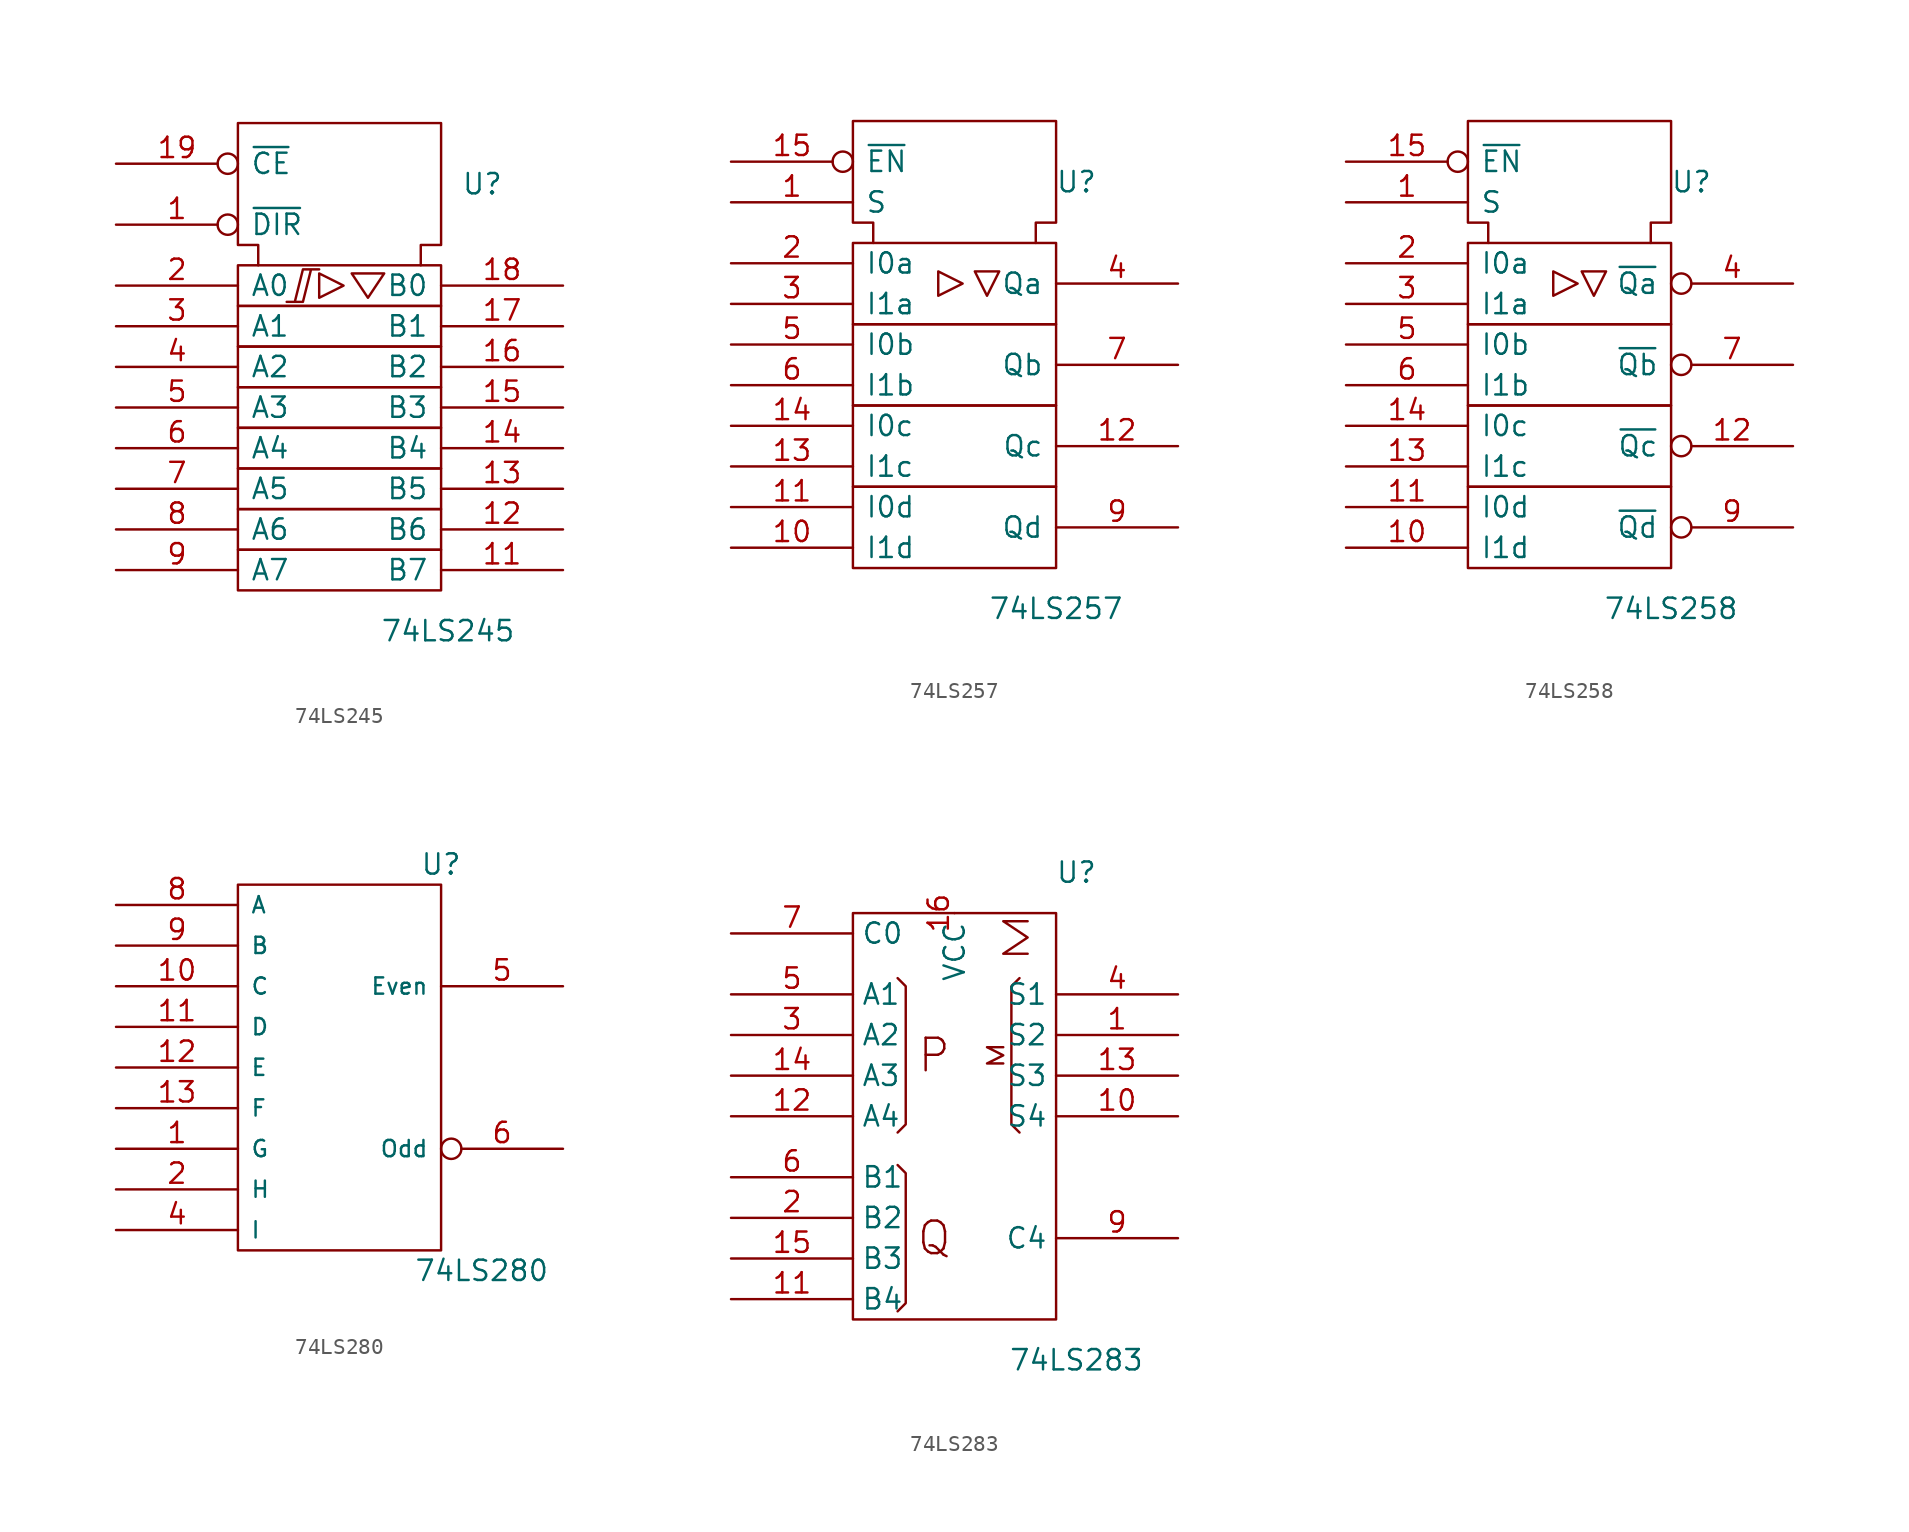
<source format=kicad_sym>
(kicad_symbol_lib
  (version 20211014)
  (generator kicad_symbol_editor)
  (symbol "74LS245"
    (pin_names
      (offset 0.762))
    (property "Reference" "U"
      (at 7.62 12.7 0)
      (effects (font (size 1.27 1.27)) (justify left)))
    (property "Value" "74LS245"
      (at 2.54 -15.24 0)
      (effects (font (size 1.27 1.27)) (justify left)))
    (symbol "74LS245_0_0"
      (polyline (pts (xy -1.27 7.112) (xy -1.27 5.588) (xy 0.254 6.35) (xy -1.27 7.112) (xy -1.27 7.112)) (stroke (width 0) (type default) (color 0 0 0 0)) (fill (type none)))
      (polyline (pts (xy 0.762 7.112) (xy 2.794 7.112) (xy 1.778 5.588) (xy 0.762 7.112) (xy 0.762 7.112)) (stroke (width 0) (type default) (color 0 0 0 0)) (fill (type none)))
      (polyline (pts (xy -3.302 5.334) (xy -2.286 5.334) (xy -1.778 7.366) (xy -1.27 7.366) (xy -2.286 7.366) (xy -2.794 5.334) (xy -2.794 5.334)) (stroke (width 0) (type default) (color 0 0 0 0)) (fill (type none)))
      (pin power_in line (at 1.27 16.51 270) (length 0) hide (name "GND" (effects (font (size 1.27 1.27)))) (number "10" (effects (font (size 1.27 1.27)))))
      (pin power_in line (at 5.08 16.51 270) (length 0) hide (name "VCC" (effects (font (size 1.27 1.27)))) (number "20" (effects (font (size 1.27 1.27))))))
    (symbol "74LS245_0_1"
      (rectangle (start -6.35 -10.16) (end 6.35 -12.7) (stroke (width 0) (type default) (color 0 0 0 0)) (fill (type none)))
      (rectangle (start -6.35 -7.62) (end 6.35 -10.16) (stroke (width 0) (type default) (color 0 0 0 0)) (fill (type none)))
      (rectangle (start -6.35 -5.08) (end 6.35 -7.62) (stroke (width 0) (type default) (color 0 0 0 0)) (fill (type none)))
      (rectangle (start -6.35 -2.54) (end 6.35 -5.08) (stroke (width 0) (type default) (color 0 0 0 0)) (fill (type none)))
      (rectangle (start -6.35 0) (end 6.35 -2.54) (stroke (width 0) (type default) (color 0 0 0 0)) (fill (type none)))
      (rectangle (start -6.35 2.54) (end 6.35 0) (stroke (width 0) (type default) (color 0 0 0 0)) (fill (type none)))
      (rectangle (start -6.35 5.08) (end 6.35 2.54) (stroke (width 0) (type default) (color 0 0 0 0)) (fill (type none)))
      (rectangle (start -6.35 7.62) (end 6.35 5.08) (stroke (width 0) (type default) (color 0 0 0 0)) (fill (type none)))
      (polyline (pts (xy -5.08 7.62) (xy -5.08 8.89) (xy -6.35 8.89) (xy -6.35 16.51) (xy 6.35 16.51) (xy 6.35 8.89) (xy 5.08 8.89) (xy 5.08 7.62) (xy 5.08 7.62)) (stroke (width 0) (type default) (color 0 0 0 0)) (fill (type none))))
    (symbol "74LS245_1_1"
      (pin input inverted (at -13.97 10.16 0) (length 7.62) (name "~{DIR}" (effects (font (size 1.27 1.27)))) (number "1" (effects (font (size 1.27 1.27)))))
      (pin tri_state line (at 13.97 -11.43 180) (length 7.62) (name "B7" (effects (font (size 1.27 1.27)))) (number "11" (effects (font (size 1.27 1.27)))))
      (pin tri_state line (at 13.97 -8.89 180) (length 7.62) (name "B6" (effects (font (size 1.27 1.27)))) (number "12" (effects (font (size 1.27 1.27)))))
      (pin tri_state line (at 13.97 -6.35 180) (length 7.62) (name "B5" (effects (font (size 1.27 1.27)))) (number "13" (effects (font (size 1.27 1.27)))))
      (pin tri_state line (at 13.97 -3.81 180) (length 7.62) (name "B4" (effects (font (size 1.27 1.27)))) (number "14" (effects (font (size 1.27 1.27)))))
      (pin tri_state line (at 13.97 -1.27 180) (length 7.62) (name "B3" (effects (font (size 1.27 1.27)))) (number "15" (effects (font (size 1.27 1.27)))))
      (pin tri_state line (at 13.97 1.27 180) (length 7.62) (name "B2" (effects (font (size 1.27 1.27)))) (number "16" (effects (font (size 1.27 1.27)))))
      (pin tri_state line (at 13.97 3.81 180) (length 7.62) (name "B1" (effects (font (size 1.27 1.27)))) (number "17" (effects (font (size 1.27 1.27)))))
      (pin tri_state line (at 13.97 6.35 180) (length 7.62) (name "B0" (effects (font (size 1.27 1.27)))) (number "18" (effects (font (size 1.27 1.27)))))
      (pin input inverted (at -13.97 13.97 0) (length 7.62) (name "~{CE}" (effects (font (size 1.27 1.27)))) (number "19" (effects (font (size 1.27 1.27)))))
      (pin tri_state line (at -13.97 6.35 0) (length 7.62) (name "A0" (effects (font (size 1.27 1.27)))) (number "2" (effects (font (size 1.27 1.27)))))
      (pin tri_state line (at -13.97 3.81 0) (length 7.62) (name "A1" (effects (font (size 1.27 1.27)))) (number "3" (effects (font (size 1.27 1.27)))))
      (pin tri_state line (at -13.97 1.27 0) (length 7.62) (name "A2" (effects (font (size 1.27 1.27)))) (number "4" (effects (font (size 1.27 1.27)))))
      (pin tri_state line (at -13.97 -1.27 0) (length 7.62) (name "A3" (effects (font (size 1.27 1.27)))) (number "5" (effects (font (size 1.27 1.27)))))
      (pin tri_state line (at -13.97 -3.81 0) (length 7.62) (name "A4" (effects (font (size 1.27 1.27)))) (number "6" (effects (font (size 1.27 1.27)))))
      (pin tri_state line (at -13.97 -6.35 0) (length 7.62) (name "A5" (effects (font (size 1.27 1.27)))) (number "7" (effects (font (size 1.27 1.27)))))
      (pin tri_state line (at -13.97 -8.89 0) (length 7.62) (name "A6" (effects (font (size 1.27 1.27)))) (number "8" (effects (font (size 1.27 1.27)))))
      (pin tri_state line (at -13.97 -11.43 0) (length 7.62) (name "A7" (effects (font (size 1.27 1.27)))) (number "9" (effects (font (size 1.27 1.27)))))))
  (symbol "74LS257"
    (pin_names
      (offset 0.762))
    (property "Reference" "U"
      (at 7.62 10.16 0)
      (effects (font (size 1.27 1.27))))
    (property "Value" "74LS257"
      (at 6.35 -16.51 0)
      (effects (font (size 1.27 1.27))))
    (symbol "74LS257_0_0"
      (rectangle (start -6.35 -8.89) (end 6.35 -13.97) (stroke (width 0) (type default) (color 0 0 0 0)) (fill (type none)))
      (rectangle (start -6.35 -3.81) (end 6.35 -8.89) (stroke (width 0) (type default) (color 0 0 0 0)) (fill (type none)))
      (rectangle (start -6.35 1.27) (end 6.35 -3.81) (stroke (width 0) (type default) (color 0 0 0 0)) (fill (type none)))
      (rectangle (start -6.35 6.35) (end 6.35 1.27) (stroke (width 0) (type default) (color 0 0 0 0)) (fill (type none)))
      (polyline (pts (xy -1.016 4.572) (xy -1.016 3.048) (xy 0.508 3.81) (xy -1.016 4.572) (xy -1.016 4.572)) (stroke (width 0) (type default) (color 0 0 0 0)) (fill (type none)))
      (polyline (pts (xy 2.794 4.572) (xy 1.27 4.572) (xy 2.032 3.048) (xy 2.794 4.572) (xy 2.794 4.572)) (stroke (width 0) (type default) (color 0 0 0 0)) (fill (type none)))
      (polyline (pts (xy -5.08 6.35) (xy -5.08 7.62) (xy -6.35 7.62) (xy -6.35 13.97) (xy 6.35 13.97) (xy 6.35 7.62) (xy 5.08 7.62) (xy 5.08 6.35) (xy 5.08 6.35)) (stroke (width 0) (type default) (color 0 0 0 0)) (fill (type none)))
      (pin power_in line (at 3.81 13.97 270) (length 0) hide (name "VCC" (effects (font (size 1.27 1.27)))) (number "16" (effects (font (size 1.27 1.27)))))
      (pin power_in line (at 0 13.97 270) (length 0) hide (name "GND" (effects (font (size 1.27 1.27)))) (number "8" (effects (font (size 1.27 1.27))))))
    (symbol "74LS257_1_1"
      (pin input line (at -13.97 8.89 0) (length 7.62) (name "S" (effects (font (size 1.27 1.27)))) (number "1" (effects (font (size 1.27 1.27)))))
      (pin input line (at -13.97 -12.7 0) (length 7.62) (name "I1d" (effects (font (size 1.27 1.27)))) (number "10" (effects (font (size 1.27 1.27)))))
      (pin input line (at -13.97 -10.16 0) (length 7.62) (name "I0d" (effects (font (size 1.27 1.27)))) (number "11" (effects (font (size 1.27 1.27)))))
      (pin tri_state line (at 13.97 -6.35 180) (length 7.62) (name "Qc" (effects (font (size 1.27 1.27)))) (number "12" (effects (font (size 1.27 1.27)))))
      (pin input line (at -13.97 -7.62 0) (length 7.62) (name "I1c" (effects (font (size 1.27 1.27)))) (number "13" (effects (font (size 1.27 1.27)))))
      (pin input line (at -13.97 -5.08 0) (length 7.62) (name "I0c" (effects (font (size 1.27 1.27)))) (number "14" (effects (font (size 1.27 1.27)))))
      (pin input inverted (at -13.97 11.43 0) (length 7.62) (name "~{EN}" (effects (font (size 1.27 1.27)))) (number "15" (effects (font (size 1.27 1.27)))))
      (pin input line (at -13.97 5.08 0) (length 7.62) (name "I0a" (effects (font (size 1.27 1.27)))) (number "2" (effects (font (size 1.27 1.27)))))
      (pin input line (at -13.97 2.54 0) (length 7.62) (name "I1a" (effects (font (size 1.27 1.27)))) (number "3" (effects (font (size 1.27 1.27)))))
      (pin tri_state line (at 13.97 3.81 180) (length 7.62) (name "Qa" (effects (font (size 1.27 1.27)))) (number "4" (effects (font (size 1.27 1.27)))))
      (pin input line (at -13.97 0 0) (length 7.62) (name "I0b" (effects (font (size 1.27 1.27)))) (number "5" (effects (font (size 1.27 1.27)))))
      (pin input line (at -13.97 -2.54 0) (length 7.62) (name "I1b" (effects (font (size 1.27 1.27)))) (number "6" (effects (font (size 1.27 1.27)))))
      (pin tri_state line (at 13.97 -1.27 180) (length 7.62) (name "Qb" (effects (font (size 1.27 1.27)))) (number "7" (effects (font (size 1.27 1.27)))))
      (pin tri_state line (at 13.97 -11.43 180) (length 7.62) (name "Qd" (effects (font (size 1.27 1.27)))) (number "9" (effects (font (size 1.27 1.27)))))))
  (symbol "74LS258"
    (pin_names
      (offset 0.762))
    (property "Reference" "U"
      (at 7.62 10.16 0)
      (effects (font (size 1.27 1.27))))
    (property "Value" "74LS258"
      (at 6.35 -16.51 0)
      (effects (font (size 1.27 1.27))))
    (symbol "74LS258_0_0"
      (rectangle (start -6.35 -8.89) (end 6.35 -13.97) (stroke (width 0) (type default) (color 0 0 0 0)) (fill (type none)))
      (rectangle (start -6.35 -3.81) (end 6.35 -8.89) (stroke (width 0) (type default) (color 0 0 0 0)) (fill (type none)))
      (rectangle (start -6.35 1.27) (end 6.35 -3.81) (stroke (width 0) (type default) (color 0 0 0 0)) (fill (type none)))
      (rectangle (start -6.35 6.35) (end 6.35 1.27) (stroke (width 0) (type default) (color 0 0 0 0)) (fill (type none)))
      (polyline (pts (xy -1.016 4.572) (xy -1.016 3.048) (xy 0.508 3.81) (xy -1.016 4.572) (xy -1.016 4.572)) (stroke (width 0) (type default) (color 0 0 0 0)) (fill (type none)))
      (polyline (pts (xy 2.286 4.572) (xy 0.762 4.572) (xy 1.524 3.048) (xy 2.286 4.572) (xy 2.286 4.572)) (stroke (width 0) (type default) (color 0 0 0 0)) (fill (type none)))
      (polyline (pts (xy -5.08 6.35) (xy -5.08 7.62) (xy -6.35 7.62) (xy -6.35 13.97) (xy 6.35 13.97) (xy 6.35 7.62) (xy 5.08 7.62) (xy 5.08 6.35) (xy 5.08 6.35)) (stroke (width 0) (type default) (color 0 0 0 0)) (fill (type none)))
      (pin power_in line (at 3.81 13.97 270) (length 0) hide (name "VCC" (effects (font (size 1.27 1.27)))) (number "16" (effects (font (size 1.27 1.27)))))
      (pin power_in line (at 0 13.97 270) (length 0) hide (name "GND" (effects (font (size 1.27 1.27)))) (number "8" (effects (font (size 1.27 1.27))))))
    (symbol "74LS258_1_1"
      (pin input line (at -13.97 8.89 0) (length 7.62) (name "S" (effects (font (size 1.27 1.27)))) (number "1" (effects (font (size 1.27 1.27)))))
      (pin input line (at -13.97 -12.7 0) (length 7.62) (name "I1d" (effects (font (size 1.27 1.27)))) (number "10" (effects (font (size 1.27 1.27)))))
      (pin input line (at -13.97 -10.16 0) (length 7.62) (name "I0d" (effects (font (size 1.27 1.27)))) (number "11" (effects (font (size 1.27 1.27)))))
      (pin tri_state inverted (at 13.97 -6.35 180) (length 7.62) (name "~{Qc}" (effects (font (size 1.27 1.27)))) (number "12" (effects (font (size 1.27 1.27)))))
      (pin input line (at -13.97 -7.62 0) (length 7.62) (name "I1c" (effects (font (size 1.27 1.27)))) (number "13" (effects (font (size 1.27 1.27)))))
      (pin input line (at -13.97 -5.08 0) (length 7.62) (name "I0c" (effects (font (size 1.27 1.27)))) (number "14" (effects (font (size 1.27 1.27)))))
      (pin input inverted (at -13.97 11.43 0) (length 7.62) (name "~{EN}" (effects (font (size 1.27 1.27)))) (number "15" (effects (font (size 1.27 1.27)))))
      (pin input line (at -13.97 5.08 0) (length 7.62) (name "I0a" (effects (font (size 1.27 1.27)))) (number "2" (effects (font (size 1.27 1.27)))))
      (pin input line (at -13.97 2.54 0) (length 7.62) (name "I1a" (effects (font (size 1.27 1.27)))) (number "3" (effects (font (size 1.27 1.27)))))
      (pin tri_state inverted (at 13.97 3.81 180) (length 7.62) (name "~{Qa}" (effects (font (size 1.27 1.27)))) (number "4" (effects (font (size 1.27 1.27)))))
      (pin input line (at -13.97 0 0) (length 7.62) (name "I0b" (effects (font (size 1.27 1.27)))) (number "5" (effects (font (size 1.27 1.27)))))
      (pin input line (at -13.97 -2.54 0) (length 7.62) (name "I1b" (effects (font (size 1.27 1.27)))) (number "6" (effects (font (size 1.27 1.27)))))
      (pin tri_state inverted (at 13.97 -1.27 180) (length 7.62) (name "~{Qb}" (effects (font (size 1.27 1.27)))) (number "7" (effects (font (size 1.27 1.27)))))
      (pin tri_state inverted (at 13.97 -11.43 180) (length 7.62) (name "~{Qd}" (effects (font (size 1.27 1.27)))) (number "9" (effects (font (size 1.27 1.27)))))))
  (symbol "74LS280"
    (pin_names
      (offset 0.762))
    (property "Reference" "U"
      (at 6.35 12.7 0)
      (effects (font (size 1.27 1.27))))
    (property "Value" "74LS280"
      (at 8.89 -12.7 0)
      (effects (font (size 1.27 1.27))))
    (symbol "74LS280_0_0"
      (rectangle (start -6.35 11.43) (end 6.35 -11.43) (stroke (width 0) (type default) (color 0 0 0 0)) (fill (type none)))
      (pin power_in line (at 0 11.43 270) (length 0) hide (name "VCC" (effects (font (size 1.016 1.016)))) (number "14" (effects (font (size 1.27 1.27)))))
      (pin power_in line (at 0 -11.43 90) (length 0) hide (name "GND" (effects (font (size 1.016 1.016)))) (number "7" (effects (font (size 1.27 1.27))))))
    (symbol "74LS280_1_1"
      (pin input line (at -13.97 -5.08 0) (length 7.62) (name "G" (effects (font (size 1.016 1.016)))) (number "1" (effects (font (size 1.27 1.27)))))
      (pin input line (at -13.97 5.08 0) (length 7.62) (name "C" (effects (font (size 1.016 1.016)))) (number "10" (effects (font (size 1.27 1.27)))))
      (pin input line (at -13.97 2.54 0) (length 7.62) (name "D" (effects (font (size 1.016 1.016)))) (number "11" (effects (font (size 1.27 1.27)))))
      (pin input line (at -13.97 0 0) (length 7.62) (name "E" (effects (font (size 1.016 1.016)))) (number "12" (effects (font (size 1.27 1.27)))))
      (pin input line (at -13.97 -2.54 0) (length 7.62) (name "F" (effects (font (size 1.016 1.016)))) (number "13" (effects (font (size 1.27 1.27)))))
      (pin input line (at -13.97 -7.62 0) (length 7.62) (name "H" (effects (font (size 1.016 1.016)))) (number "2" (effects (font (size 1.27 1.27)))))
      (pin input line (at -13.97 -10.16 0) (length 7.62) (name "I" (effects (font (size 1.016 1.016)))) (number "4" (effects (font (size 1.27 1.27)))))
      (pin output line (at 13.97 5.08 180) (length 7.62) (name "Even" (effects (font (size 1.016 1.016)))) (number "5" (effects (font (size 1.27 1.27)))))
      (pin output inverted (at 13.97 -5.08 180) (length 7.62) (name "Odd" (effects (font (size 1.016 1.016)))) (number "6" (effects (font (size 1.27 1.27)))))
      (pin input line (at -13.97 10.16 0) (length 7.62) (name "A" (effects (font (size 1.016 1.016)))) (number "8" (effects (font (size 1.27 1.27)))))
      (pin input line (at -13.97 7.62 0) (length 7.62) (name "B" (effects (font (size 1.016 1.016)))) (number "9" (effects (font (size 1.27 1.27)))))))
  (symbol "74LS283"
    (property "Reference" "U"
      (at 7.62 15.24 0)
      (effects (font (size 1.27 1.27))))
    (property "Value" "74LS283"
      (at 7.62 -15.24 0)
      (effects (font (size 1.27 1.27))))
    (symbol "74LS283_0_0"
      (rectangle (start -6.35 12.7) (end 6.35 -12.7) (stroke (width 0) (type default) (color 0 0 0 0)) (fill (type none)))
      (polyline (pts (xy -3.556 -3.048) (xy -3.048 -3.556) (xy -3.048 -11.684) (xy -3.556 -12.192) (xy -3.556 -12.192)) (stroke (width 0) (type default) (color 0 0 0 0)) (fill (type none)))
      (polyline (pts (xy -3.556 8.636) (xy -3.048 8.128) (xy -3.048 -0.508) (xy -3.556 -1.016) (xy -3.556 -1.016)) (stroke (width 0) (type default) (color 0 0 0 0)) (fill (type none)))
      (polyline (pts (xy 4.064 8.636) (xy 3.556 8.128) (xy 3.556 -0.508) (xy 4.064 -1.016) (xy 4.064 -1.016)) (stroke (width 0) (type default) (color 0 0 0 0)) (fill (type none)))
      (polyline (pts (xy 3.048 4.318) (xy 2.032 4.318) (xy 3.048 3.81) (xy 2.032 3.302) (xy 3.048 3.302) (xy 3.048 3.302)) (stroke (width 0) (type default) (color 0 0 0 0)) (fill (type none)))
      (polyline (pts (xy 4.572 12.192) (xy 3.048 12.192) (xy 4.572 11.176) (xy 3.048 10.16) (xy 4.572 10.16) (xy 4.572 10.16)) (stroke (width 0) (type default) (color 0 0 0 0)) (fill (type none)))
      (text "P" (at -1.27 3.81 0) (effects (font (size 2.032 2.032))))
      (text "Q" (at -1.27 -7.62 0) (effects (font (size 2.032 2.032))))
      (pin power_in line (at 0 12.7 270) (length 0) (name "VCC" (effects (font (size 1.27 1.27)))) (number "16" (effects (font (size 1.27 1.27)))))
      (pin power_in line (at 0 -12.7 90) (length 0) hide (name "GND" (effects (font (size 1.27 1.27)))) (number "8" (effects (font (size 1.27 1.27))))))
    (symbol "74LS283_1_1"
      (pin output line (at 13.97 5.08 180) (length 7.62) (name "S2" (effects (font (size 1.27 1.27)))) (number "1" (effects (font (size 1.27 1.27)))))
      (pin output line (at 13.97 0 180) (length 7.62) (name "S4" (effects (font (size 1.27 1.27)))) (number "10" (effects (font (size 1.27 1.27)))))
      (pin input line (at -13.97 -11.43 0) (length 7.62) (name "B4" (effects (font (size 1.27 1.27)))) (number "11" (effects (font (size 1.27 1.27)))))
      (pin input line (at -13.97 0 0) (length 7.62) (name "A4" (effects (font (size 1.27 1.27)))) (number "12" (effects (font (size 1.27 1.27)))))
      (pin output line (at 13.97 2.54 180) (length 7.62) (name "S3" (effects (font (size 1.27 1.27)))) (number "13" (effects (font (size 1.27 1.27)))))
      (pin input line (at -13.97 2.54 0) (length 7.62) (name "A3" (effects (font (size 1.27 1.27)))) (number "14" (effects (font (size 1.27 1.27)))))
      (pin input line (at -13.97 -8.89 0) (length 7.62) (name "B3" (effects (font (size 1.27 1.27)))) (number "15" (effects (font (size 1.27 1.27)))))
      (pin input line (at -13.97 -6.35 0) (length 7.62) (name "B2" (effects (font (size 1.27 1.27)))) (number "2" (effects (font (size 1.27 1.27)))))
      (pin input line (at -13.97 5.08 0) (length 7.62) (name "A2" (effects (font (size 1.27 1.27)))) (number "3" (effects (font (size 1.27 1.27)))))
      (pin output line (at 13.97 7.62 180) (length 7.62) (name "S1" (effects (font (size 1.27 1.27)))) (number "4" (effects (font (size 1.27 1.27)))))
      (pin input line (at -13.97 7.62 0) (length 7.62) (name "A1" (effects (font (size 1.27 1.27)))) (number "5" (effects (font (size 1.27 1.27)))))
      (pin input line (at -13.97 -3.81 0) (length 7.62) (name "B1" (effects (font (size 1.27 1.27)))) (number "6" (effects (font (size 1.27 1.27)))))
      (pin input line (at -13.97 11.43 0) (length 7.62) (name "C0" (effects (font (size 1.27 1.27)))) (number "7" (effects (font (size 1.27 1.27)))))
      (pin output line (at 13.97 -7.62 180) (length 7.62) (name "C4" (effects (font (size 1.27 1.27)))) (number "9" (effects (font (size 1.27 1.27))))))))
</source>
